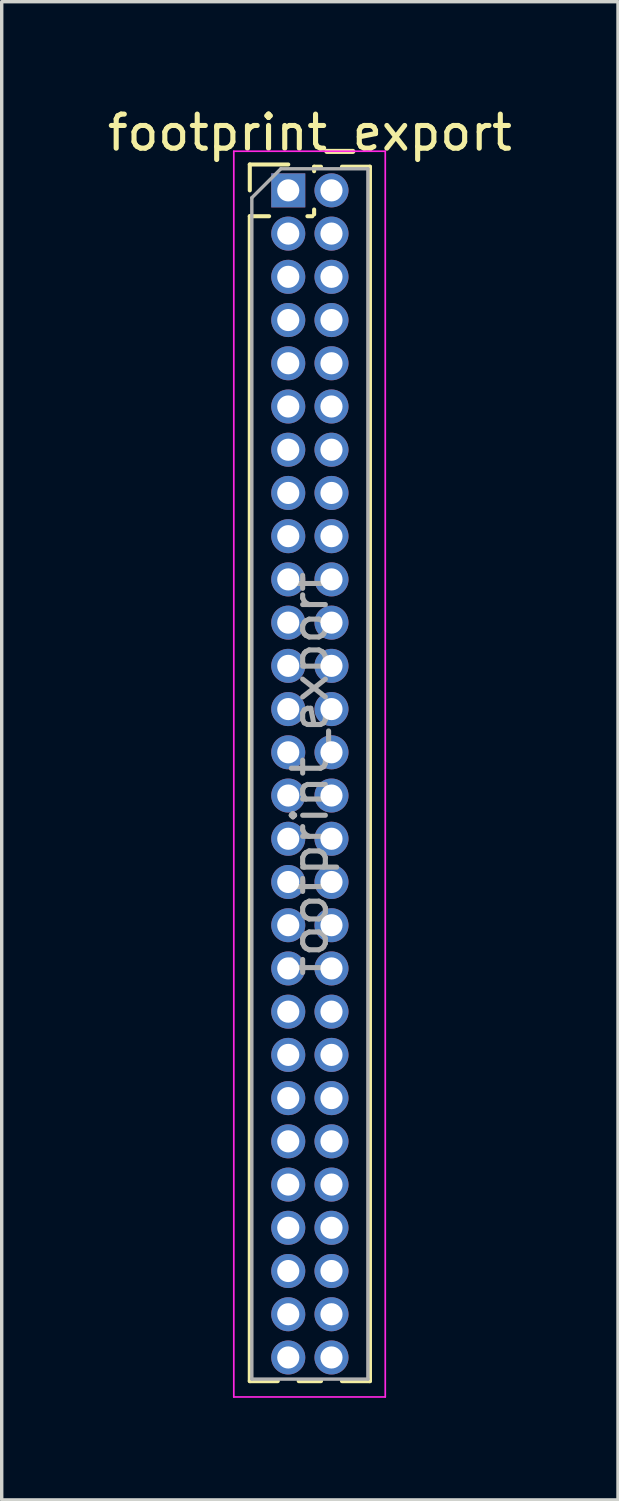
<source format=kicad_pcb>
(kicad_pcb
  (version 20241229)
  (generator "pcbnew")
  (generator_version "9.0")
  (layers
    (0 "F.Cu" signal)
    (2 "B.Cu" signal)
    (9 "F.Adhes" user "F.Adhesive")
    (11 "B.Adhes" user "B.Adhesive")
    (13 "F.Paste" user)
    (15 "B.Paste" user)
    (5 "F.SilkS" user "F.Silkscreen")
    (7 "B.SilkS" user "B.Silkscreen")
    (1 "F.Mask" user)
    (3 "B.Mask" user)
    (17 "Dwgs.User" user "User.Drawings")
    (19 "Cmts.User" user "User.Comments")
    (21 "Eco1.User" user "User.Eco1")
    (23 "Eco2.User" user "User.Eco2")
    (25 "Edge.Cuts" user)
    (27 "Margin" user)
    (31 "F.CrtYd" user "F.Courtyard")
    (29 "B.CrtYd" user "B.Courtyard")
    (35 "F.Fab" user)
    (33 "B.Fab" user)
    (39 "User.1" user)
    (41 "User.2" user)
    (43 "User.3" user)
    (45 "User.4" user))
  (footprint "footprint_export"
    (layer "F.Cu")
    (at 5.419 2.543)
    (property "Reference" "footprint_export" (at 0.635 -1.695 0) (layer "F.SilkS") (effects (font (size 1 1) (thickness 0.15))))
    (attr through_hole)
    (fp_line (start -1.13 -0.76) (end 0 -0.76) (stroke (width 0.12) (type solid)) (layer "F.SilkS"))
    (fp_line (start -1.13 0) (end -1.13 -0.76) (stroke (width 0.12) (type solid)) (layer "F.SilkS"))
    (fp_line (start -1.13 0.76) (end -1.13 34.985) (stroke (width 0.12) (type solid)) (layer "F.SilkS"))
    (fp_line (start -1.13 0.76) (end -0.563 0.76) (stroke (width 0.12) (type solid)) (layer "F.SilkS"))
    (fp_line (start -1.13 34.985) (end -0.308 34.985) (stroke (width 0.12) (type solid)) (layer "F.SilkS"))
    (fp_line (start 0.308 34.985) (end 0.962 34.985) (stroke (width 0.12) (type solid)) (layer "F.SilkS"))
    (fp_line (start 0.563 0.76) (end 0.707 0.76) (stroke (width 0.12) (type solid)) (layer "F.SilkS"))
    (fp_line (start 0.76 -0.695) (end 0.962 -0.695) (stroke (width 0.12) (type solid)) (layer "F.SilkS"))
    (fp_line (start 0.76 -0.563) (end 0.76 -0.695) (stroke (width 0.12) (type solid)) (layer "F.SilkS"))
    (fp_line (start 0.76 0.707) (end 0.76 0.563) (stroke (width 0.12) (type solid)) (layer "F.SilkS"))
    (fp_line (start 1.578 -0.695) (end 2.4 -0.695) (stroke (width 0.12) (type solid)) (layer "F.SilkS"))
    (fp_line (start 1.578 34.985) (end 2.4 34.985) (stroke (width 0.12) (type solid)) (layer "F.SilkS"))
    (fp_line (start 2.4 -0.695) (end 2.4 34.985) (stroke (width 0.12) (type solid)) (layer "F.SilkS"))
    (fp_line (start -1.6 -1.15) (end -1.6 35.45) (stroke (width 0.05) (type solid)) (layer "F.CrtYd"))
    (fp_line (start -1.6 35.45) (end 2.85 35.45) (stroke (width 0.05) (type solid)) (layer "F.CrtYd"))
    (fp_line (start 2.85 -1.15) (end -1.6 -1.15) (stroke (width 0.05) (type solid)) (layer "F.CrtYd"))
    (fp_line (start 2.85 35.45) (end 2.85 -1.15) (stroke (width 0.05) (type solid)) (layer "F.CrtYd"))
    (fp_line (start -1.07 0.217) (end -0.217 -0.635) (stroke (width 0.1) (type solid)) (layer "F.Fab"))
    (fp_line (start -1.07 34.925) (end -1.07 0.217) (stroke (width 0.1) (type solid)) (layer "F.Fab"))
    (fp_line (start -0.217 -0.635) (end 2.34 -0.635) (stroke (width 0.1) (type solid)) (layer "F.Fab"))
    (fp_line (start 2.34 -0.635) (end 2.34 34.925) (stroke (width 0.1) (type solid)) (layer "F.Fab"))
    (fp_line (start 2.34 34.925) (end -1.07 34.925) (stroke (width 0.1) (type solid)) (layer "F.Fab"))
    (fp_text user "${REFERENCE}" (at 0.635 17.145 90) (layer "F.Fab") (effects (font (size 1 1) (thickness 0.15))))
    (pad "1" thru_hole rect (at 0 0) (size 1 1) (drill 0.65) (layers "*.Cu" "*.Mask"))
    (pad "2" thru_hole oval (at 1.27 0) (size 1 1) (drill 0.65) (layers "*.Cu" "*.Mask"))
    (pad "3" thru_hole oval (at 0 1.27) (size 1 1) (drill 0.65) (layers "*.Cu" "*.Mask"))
    (pad "4" thru_hole oval (at 1.27 1.27) (size 1 1) (drill 0.65) (layers "*.Cu" "*.Mask"))
    (pad "5" thru_hole oval (at 0 2.54) (size 1 1) (drill 0.65) (layers "*.Cu" "*.Mask"))
    (pad "6" thru_hole oval (at 1.27 2.54) (size 1 1) (drill 0.65) (layers "*.Cu" "*.Mask"))
    (pad "7" thru_hole oval (at 0 3.81) (size 1 1) (drill 0.65) (layers "*.Cu" "*.Mask"))
    (pad "8" thru_hole oval (at 1.27 3.81) (size 1 1) (drill 0.65) (layers "*.Cu" "*.Mask"))
    (pad "9" thru_hole oval (at 0 5.08) (size 1 1) (drill 0.65) (layers "*.Cu" "*.Mask"))
    (pad "10" thru_hole oval (at 1.27 5.08) (size 1 1) (drill 0.65) (layers "*.Cu" "*.Mask"))
    (pad "11" thru_hole oval (at 0 6.35) (size 1 1) (drill 0.65) (layers "*.Cu" "*.Mask"))
    (pad "12" thru_hole oval (at 1.27 6.35) (size 1 1) (drill 0.65) (layers "*.Cu" "*.Mask"))
    (pad "13" thru_hole oval (at 0 7.62) (size 1 1) (drill 0.65) (layers "*.Cu" "*.Mask"))
    (pad "14" thru_hole oval (at 1.27 7.62) (size 1 1) (drill 0.65) (layers "*.Cu" "*.Mask"))
    (pad "15" thru_hole oval (at 0 8.89) (size 1 1) (drill 0.65) (layers "*.Cu" "*.Mask"))
    (pad "16" thru_hole oval (at 1.27 8.89) (size 1 1) (drill 0.65) (layers "*.Cu" "*.Mask"))
    (pad "17" thru_hole oval (at 0 10.16) (size 1 1) (drill 0.65) (layers "*.Cu" "*.Mask"))
    (pad "18" thru_hole oval (at 1.27 10.16) (size 1 1) (drill 0.65) (layers "*.Cu" "*.Mask"))
    (pad "19" thru_hole oval (at 0 11.43) (size 1 1) (drill 0.65) (layers "*.Cu" "*.Mask"))
    (pad "20" thru_hole oval (at 1.27 11.43) (size 1 1) (drill 0.65) (layers "*.Cu" "*.Mask"))
    (pad "21" thru_hole oval (at 0 12.7) (size 1 1) (drill 0.65) (layers "*.Cu" "*.Mask"))
    (pad "22" thru_hole oval (at 1.27 12.7) (size 1 1) (drill 0.65) (layers "*.Cu" "*.Mask"))
    (pad "23" thru_hole oval (at 0 13.97) (size 1 1) (drill 0.65) (layers "*.Cu" "*.Mask"))
    (pad "24" thru_hole oval (at 1.27 13.97) (size 1 1) (drill 0.65) (layers "*.Cu" "*.Mask"))
    (pad "25" thru_hole oval (at 0 15.24) (size 1 1) (drill 0.65) (layers "*.Cu" "*.Mask"))
    (pad "26" thru_hole oval (at 1.27 15.24) (size 1 1) (drill 0.65) (layers "*.Cu" "*.Mask"))
    (pad "27" thru_hole oval (at 0 16.51) (size 1 1) (drill 0.65) (layers "*.Cu" "*.Mask"))
    (pad "28" thru_hole oval (at 1.27 16.51) (size 1 1) (drill 0.65) (layers "*.Cu" "*.Mask"))
    (pad "29" thru_hole oval (at 0 17.78) (size 1 1) (drill 0.65) (layers "*.Cu" "*.Mask"))
    (pad "30" thru_hole oval (at 1.27 17.78) (size 1 1) (drill 0.65) (layers "*.Cu" "*.Mask"))
    (pad "31" thru_hole oval (at 0 19.05) (size 1 1) (drill 0.65) (layers "*.Cu" "*.Mask"))
    (pad "32" thru_hole oval (at 1.27 19.05) (size 1 1) (drill 0.65) (layers "*.Cu" "*.Mask"))
    (pad "33" thru_hole oval (at 0 20.32) (size 1 1) (drill 0.65) (layers "*.Cu" "*.Mask"))
    (pad "34" thru_hole oval (at 1.27 20.32) (size 1 1) (drill 0.65) (layers "*.Cu" "*.Mask"))
    (pad "35" thru_hole oval (at 0 21.59) (size 1 1) (drill 0.65) (layers "*.Cu" "*.Mask"))
    (pad "36" thru_hole oval (at 1.27 21.59) (size 1 1) (drill 0.65) (layers "*.Cu" "*.Mask"))
    (pad "37" thru_hole oval (at 0 22.86) (size 1 1) (drill 0.65) (layers "*.Cu" "*.Mask"))
    (pad "38" thru_hole oval (at 1.27 22.86) (size 1 1) (drill 0.65) (layers "*.Cu" "*.Mask"))
    (pad "39" thru_hole oval (at 0 24.13) (size 1 1) (drill 0.65) (layers "*.Cu" "*.Mask"))
    (pad "40" thru_hole oval (at 1.27 24.13) (size 1 1) (drill 0.65) (layers "*.Cu" "*.Mask"))
    (pad "41" thru_hole oval (at 0 25.4) (size 1 1) (drill 0.65) (layers "*.Cu" "*.Mask"))
    (pad "42" thru_hole oval (at 1.27 25.4) (size 1 1) (drill 0.65) (layers "*.Cu" "*.Mask"))
    (pad "43" thru_hole oval (at 0 26.67) (size 1 1) (drill 0.65) (layers "*.Cu" "*.Mask"))
    (pad "44" thru_hole oval (at 1.27 26.67) (size 1 1) (drill 0.65) (layers "*.Cu" "*.Mask"))
    (pad "45" thru_hole oval (at 0 27.94) (size 1 1) (drill 0.65) (layers "*.Cu" "*.Mask"))
    (pad "46" thru_hole oval (at 1.27 27.94) (size 1 1) (drill 0.65) (layers "*.Cu" "*.Mask"))
    (pad "47" thru_hole oval (at 0 29.21) (size 1 1) (drill 0.65) (layers "*.Cu" "*.Mask"))
    (pad "48" thru_hole oval (at 1.27 29.21) (size 1 1) (drill 0.65) (layers "*.Cu" "*.Mask"))
    (pad "49" thru_hole oval (at 0 30.48) (size 1 1) (drill 0.65) (layers "*.Cu" "*.Mask"))
    (pad "50" thru_hole oval (at 1.27 30.48) (size 1 1) (drill 0.65) (layers "*.Cu" "*.Mask"))
    (pad "51" thru_hole oval (at 0 31.75) (size 1 1) (drill 0.65) (layers "*.Cu" "*.Mask"))
    (pad "52" thru_hole oval (at 1.27 31.75) (size 1 1) (drill 0.65) (layers "*.Cu" "*.Mask"))
    (pad "53" thru_hole oval (at 0 33.02) (size 1 1) (drill 0.65) (layers "*.Cu" "*.Mask"))
    (pad "54" thru_hole oval (at 1.27 33.02) (size 1 1) (drill 0.65) (layers "*.Cu" "*.Mask"))
    (pad "55" thru_hole oval (at 0 34.29) (size 1 1) (drill 0.65) (layers "*.Cu" "*.Mask"))
    (pad "56" thru_hole oval (at 1.27 34.29) (size 1 1) (drill 0.65) (layers "*.Cu" "*.Mask")))
  (gr_rect
    (start -3 -3)
    (end 15.107 41.018)
    (stroke (width 0.1) (type default))
    (fill no)
    (layer "Edge.Cuts")))
</source>
